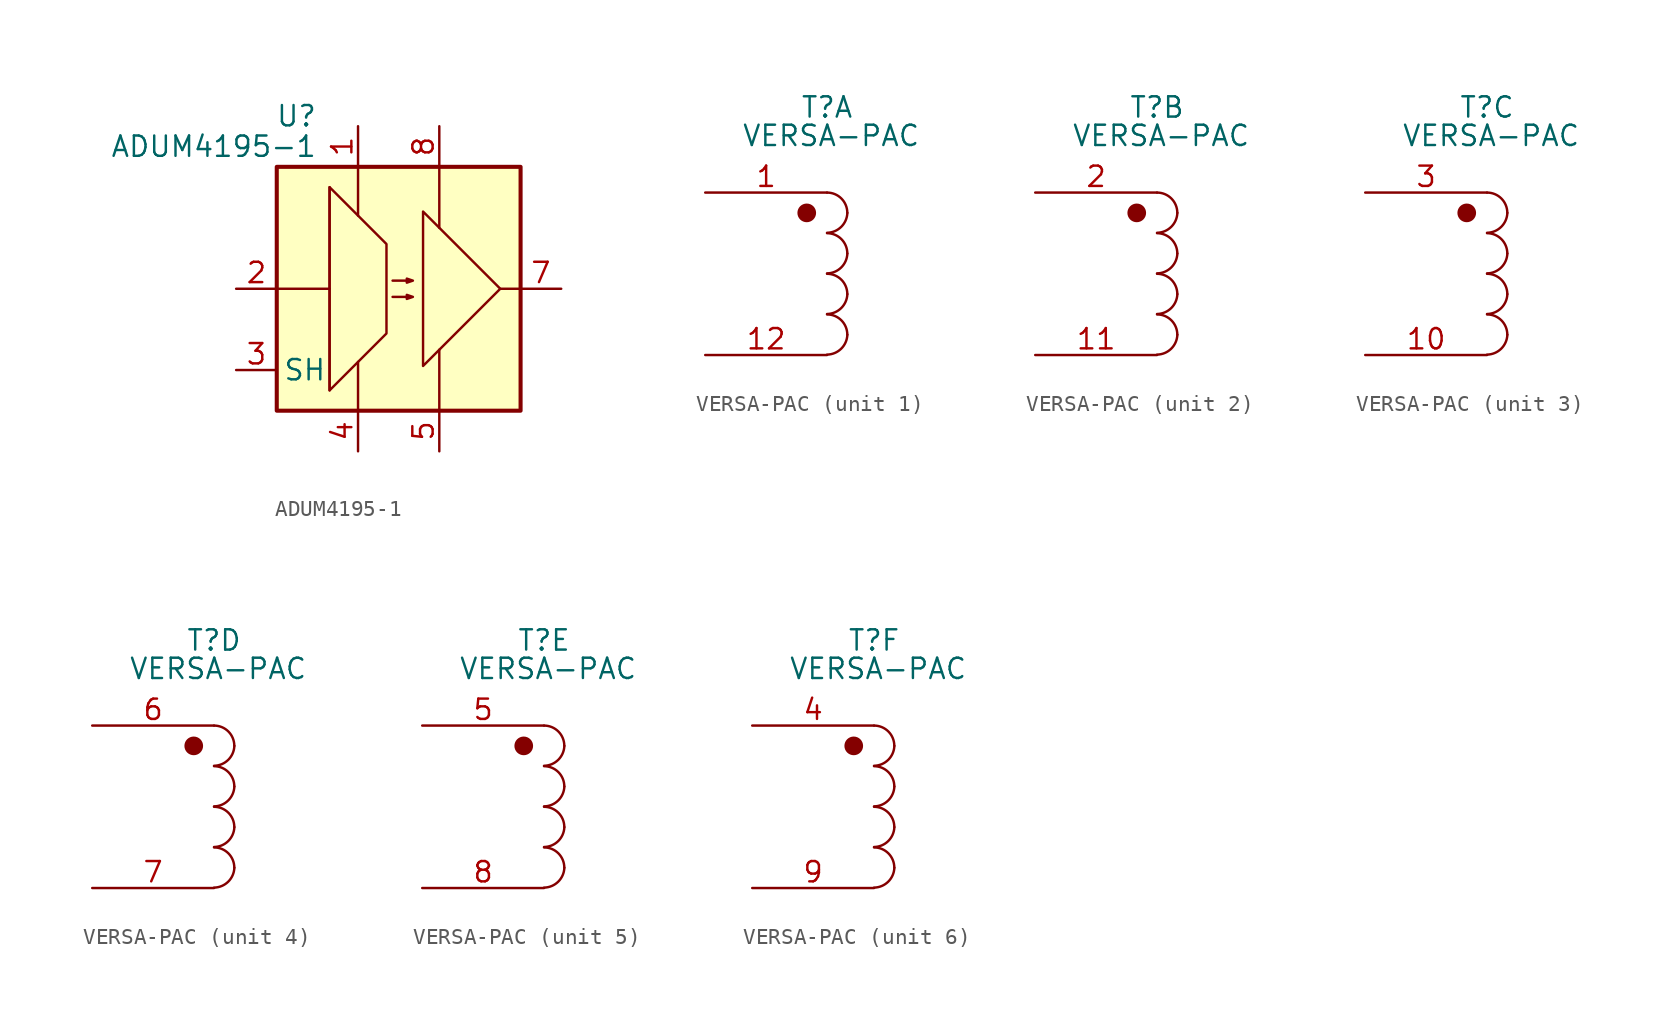
<source format=kicad_sym>
(kicad_symbol_lib
  (version 20231120)
  (generator "kicad_symbol_editor")
  (generator_version "8.0")
  (symbol "ADUM4195-1"
    (pin_names
      (offset 0.381))
    (property "Reference" "U"
      (at -5.08 10.795 0)
      (effects (font (size 1.27 1.27)) (justify right)))
    (property "Value" "ADUM4195-1"
      (at -5.08 8.89 0)
      (effects (font (size 1.27 1.27)) (justify right)))
    (symbol "ADUM4195-1_0_1"
      (rectangle (start -7.62 7.62) (end 7.62 -7.62) (stroke (width 0.254) (type default)) (fill (type background)))
      (polyline (pts (xy -7.62 0) (xy -4.318 0)) (stroke (width 0) (type default)) (fill (type none)))
      (polyline (pts (xy -4.318 6.35) (xy -4.318 -6.35)) (stroke (width 0) (type default)) (fill (type none)))
      (polyline (pts (xy -2.54 -7.62) (xy -2.54 -4.572)) (stroke (width 0) (type default)) (fill (type none)))
      (polyline (pts (xy -2.54 7.62) (xy -2.54 4.572)) (stroke (width 0) (type default)) (fill (type none)))
      (polyline (pts (xy 2.54 -7.62) (xy 2.54 -3.81)) (stroke (width 0) (type default)) (fill (type none)))
      (polyline (pts (xy 2.54 7.62) (xy 2.54 3.81)) (stroke (width 0) (type default)) (fill (type none)))
      (polyline (pts (xy 7.62 0) (xy 6.35 0)) (stroke (width 0) (type default)) (fill (type none)))
      (polyline (pts (xy 6.35 0) (xy 1.524 -4.826) (xy 1.524 4.826) (xy 6.35 0)) (stroke (width 0) (type default)) (fill (type none)))
      (polyline (pts (xy -4.318 -6.35) (xy -0.762 -2.794) (xy -0.762 2.794) (xy -4.318 6.35) (xy -4.318 -6.35)) (stroke (width 0) (type default)) (fill (type none)))
      (polyline (pts (xy -0.381 -0.508) (xy 0.889 -0.508) (xy 0.508 -0.635) (xy 0.508 -0.381) (xy 0.889 -0.508)) (stroke (width 0) (type default)) (fill (type none)))
      (polyline (pts (xy -0.381 0.508) (xy 0.889 0.508) (xy 0.508 0.381) (xy 0.508 0.635) (xy 0.889 0.508)) (stroke (width 0) (type default)) (fill (type none))))
    (symbol "ADUM4195-1_1_1"
      (pin power_in line (at -2.54 10.16 270) (length 2.54) (name "" (effects (font (size 1.27 1.27)))) (number "1" (effects (font (size 1.27 1.27)))))
      (pin input line (at -10.16 0 0) (length 2.54) (name "" (effects (font (size 1.27 1.27)))) (number "2" (effects (font (size 1.27 1.27)))))
      (pin input line (at -10.16 -5.08 0) (length 2.54) (name "SH" (effects (font (size 1.27 1.27)))) (number "3" (effects (font (size 1.27 1.27)))))
      (pin power_in line (at -2.54 -10.16 90) (length 2.54) (name "" (effects (font (size 1.27 1.27)))) (number "4" (effects (font (size 1.27 1.27)))))
      (pin power_in line (at 2.54 -10.16 90) (length 2.54) (name "" (effects (font (size 1.27 1.27)))) (number "5" (effects (font (size 1.27 1.27)))))
      (pin no_connect non_logic (at 6.35 -7.62 90) (length 2.54) hide (name "" (effects (font (size 1.27 1.27)))) (number "6" (effects (font (size 1.27 1.27)))))
      (pin output line (at 10.16 0 180) (length 2.54) (name "" (effects (font (size 1.27 1.27)))) (number "7" (effects (font (size 1.27 1.27)))))
      (pin power_in line (at 2.54 10.16 270) (length 2.54) (name "" (effects (font (size 1.27 1.27)))) (number "8" (effects (font (size 1.27 1.27)))))))
  (symbol "VERSA-PAC"
    (property "Reference" "T"
      (at 0 10.414 0)
      (effects (font (size 1.27 1.27))))
    (property "Value" "VERSA-PAC"
      (at 0.254 8.636 0)
      (effects (font (size 1.27 1.27))))
    (property "ki_locked" ""
      (at 0 0 0)
      (effects (font (size 1.27 1.27))))
    (symbol "VERSA-PAC_0_1"
      (circle (center -1.27 3.81) (radius 0.508) (stroke (width 0) (type default)) (fill (type outline)))
      (arc (start 0 -5.0546) (mid 0.8839 -4.6863) (end 1.27 -3.81) (stroke (width 0) (type default)) (fill (type none)))
      (arc (start 0 -2.5146) (mid 0.8839 -2.1463) (end 1.27 -1.27) (stroke (width 0) (type default)) (fill (type none)))
      (arc (start 0 0.0254) (mid 0.8839 0.3937) (end 1.27 1.27) (stroke (width 0) (type default)) (fill (type none)))
      (arc (start 0 2.5654) (mid 0.8839 2.9337) (end 1.27 3.81) (stroke (width 0) (type default)) (fill (type none)))
      (arc (start 1.27 -3.81) (mid 0.898 -2.912) (end 0 -2.54) (stroke (width 0) (type default)) (fill (type none)))
      (arc (start 1.27 -1.27) (mid 0.898 -0.372) (end 0 0) (stroke (width 0) (type default)) (fill (type none)))
      (arc (start 1.27 1.27) (mid 0.898 2.168) (end 0 2.54) (stroke (width 0) (type default)) (fill (type none)))
      (arc (start 1.27 3.81) (mid 0.898 4.708) (end 0 5.08) (stroke (width 0) (type default)) (fill (type none))))
    (symbol "VERSA-PAC_1_1"
      (pin passive line (at -7.62 5.08 0) (length 7.62) (name "" (effects (font (size 1.27 1.27)))) (number "1" (effects (font (size 1.27 1.27)))))
      (pin passive line (at -7.62 -5.08 0) (length 7.62) (name "" (effects (font (size 1.27 1.27)))) (number "12" (effects (font (size 1.27 1.27))))))
    (symbol "VERSA-PAC_2_1"
      (pin passive line (at -7.62 -5.08 0) (length 7.62) (name "" (effects (font (size 1.27 1.27)))) (number "11" (effects (font (size 1.27 1.27)))))
      (pin passive line (at -7.62 5.08 0) (length 7.62) (name "" (effects (font (size 1.27 1.27)))) (number "2" (effects (font (size 1.27 1.27))))))
    (symbol "VERSA-PAC_3_1"
      (pin passive line (at -7.62 -5.08 0) (length 7.62) (name "" (effects (font (size 1.27 1.27)))) (number "10" (effects (font (size 1.27 1.27)))))
      (pin passive line (at -7.62 5.08 0) (length 7.62) (name "" (effects (font (size 1.27 1.27)))) (number "3" (effects (font (size 1.27 1.27))))))
    (symbol "VERSA-PAC_4_1"
      (pin passive line (at -7.62 5.08 0) (length 7.62) (name "" (effects (font (size 1.27 1.27)))) (number "6" (effects (font (size 1.27 1.27)))))
      (pin passive line (at -7.62 -5.08 0) (length 7.62) (name "" (effects (font (size 1.27 1.27)))) (number "7" (effects (font (size 1.27 1.27))))))
    (symbol "VERSA-PAC_5_1"
      (pin passive line (at -7.62 5.08 0) (length 7.62) (name "" (effects (font (size 1.27 1.27)))) (number "5" (effects (font (size 1.27 1.27)))))
      (pin passive line (at -7.62 -5.08 0) (length 7.62) (name "" (effects (font (size 1.27 1.27)))) (number "8" (effects (font (size 1.27 1.27))))))
    (symbol "VERSA-PAC_6_1"
      (pin passive line (at -7.62 5.08 0) (length 7.62) (name "" (effects (font (size 1.27 1.27)))) (number "4" (effects (font (size 1.27 1.27)))))
      (pin passive line (at -7.62 -5.08 0) (length 7.62) (name "" (effects (font (size 1.27 1.27)))) (number "9" (effects (font (size 1.27 1.27))))))))
</source>
